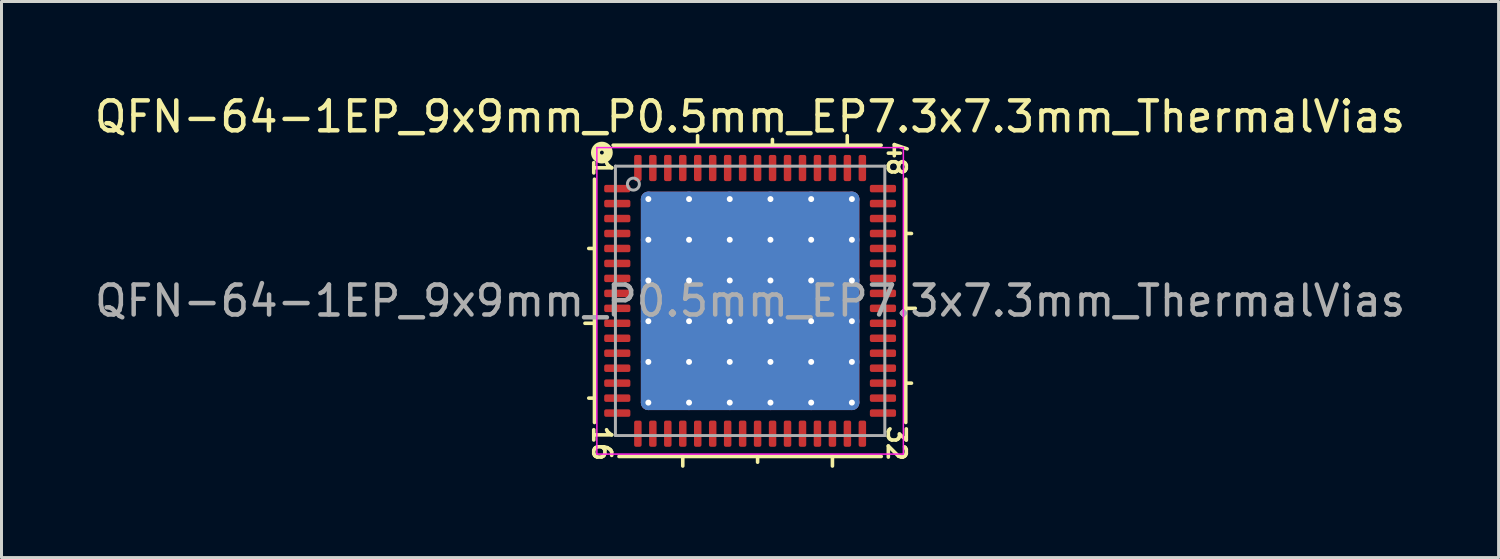
<source format=kicad_pcb>
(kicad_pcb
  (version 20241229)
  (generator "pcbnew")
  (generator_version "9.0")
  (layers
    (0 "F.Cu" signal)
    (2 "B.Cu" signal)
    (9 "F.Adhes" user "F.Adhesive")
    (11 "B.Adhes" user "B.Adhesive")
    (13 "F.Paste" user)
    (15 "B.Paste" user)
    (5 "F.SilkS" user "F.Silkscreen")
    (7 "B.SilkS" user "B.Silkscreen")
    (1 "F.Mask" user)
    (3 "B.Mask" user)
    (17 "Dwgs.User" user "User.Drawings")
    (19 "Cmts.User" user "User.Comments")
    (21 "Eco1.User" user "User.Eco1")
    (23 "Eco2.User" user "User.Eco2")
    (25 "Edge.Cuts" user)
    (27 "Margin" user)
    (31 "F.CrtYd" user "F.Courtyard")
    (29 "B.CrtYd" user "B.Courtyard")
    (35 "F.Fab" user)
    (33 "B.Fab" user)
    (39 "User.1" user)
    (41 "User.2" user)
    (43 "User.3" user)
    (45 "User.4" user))
  (footprint "QFN-64-1EP_9x9mm_P0.5mm_EP7.3x7.3mm_ThermalVias"
    (layer "F.Cu")
    (at 22.011 7.001)
    (property "Reference" "QFN-64-1EP_9x9mm_P0.5mm_EP7.3x7.3mm_ThermalVias" (at -0.005 -6.152 0) (layer "F.SilkS") (effects (font (size 1 1) (thickness 0.15))))
    (attr smd)
    (fp_line (start -5.2 -4.064) (end -5.2 4.064) (stroke (width 0.12) (type solid)) (layer "F.SilkS"))
    (fp_line (start -5.2 -1.75) (end -5.391 -1.75) (stroke (width 0.12) (type solid)) (layer "F.SilkS"))
    (fp_line (start -5.2 0.75) (end -5.518 0.75) (stroke (width 0.12) (type solid)) (layer "F.SilkS"))
    (fp_line (start -5.2 3.25) (end -5.391 3.25) (stroke (width 0.12) (type solid)) (layer "F.SilkS"))
    (fp_line (start -4.381 5.2) (end 4.381 5.2) (stroke (width 0.12) (type solid)) (layer "F.SilkS"))
    (fp_line (start -2.25 5.2) (end -2.25 5.518) (stroke (width 0.12) (type solid)) (layer "F.SilkS"))
    (fp_line (start -1.755 -5.2) (end -1.755 -5.518) (stroke (width 0.12) (type solid)) (layer "F.SilkS"))
    (fp_line (start 0.25 5.2) (end 0.25 5.391) (stroke (width 0.12) (type solid)) (layer "F.SilkS"))
    (fp_line (start 0.745 -5.2) (end 0.745 -5.391) (stroke (width 0.12) (type solid)) (layer "F.SilkS"))
    (fp_line (start 2.75 5.2) (end 2.75 5.518) (stroke (width 0.12) (type solid)) (layer "F.SilkS"))
    (fp_line (start 3.245 -5.2) (end 3.245 -5.518) (stroke (width 0.12) (type solid)) (layer "F.SilkS"))
    (fp_line (start 4.377 -5.2) (end -4.577 -5.2) (stroke (width 0.12) (type solid)) (layer "F.SilkS"))
    (fp_line (start 5.2 -2.25) (end 5.391 -2.25) (stroke (width 0.12) (type solid)) (layer "F.SilkS"))
    (fp_line (start 5.2 0.25) (end 5.518 0.25) (stroke (width 0.12) (type solid)) (layer "F.SilkS"))
    (fp_line (start 5.2 2.75) (end 5.391 2.75) (stroke (width 0.12) (type solid)) (layer "F.SilkS"))
    (fp_line (start 5.2 4.064) (end 5.2 -4.064) (stroke (width 0.12) (type solid)) (layer "F.SilkS"))
    (fp_circle (center -4.953 -4.953) (end -4.889 -4.953) (stroke (width 0.3) (type solid)) (fill no) (layer "F.SilkS"))
    (fp_line (start -5.12 -5.12) (end -5.12 5.12) (stroke (width 0.05) (type solid)) (layer "F.CrtYd"))
    (fp_line (start -5.12 5.12) (end 5.12 5.12) (stroke (width 0.05) (type solid)) (layer "F.CrtYd"))
    (fp_line (start 5.12 -5.12) (end -5.12 -5.12) (stroke (width 0.05) (type solid)) (layer "F.CrtYd"))
    (fp_line (start 5.12 5.12) (end 5.12 -5.12) (stroke (width 0.05) (type solid)) (layer "F.CrtYd"))
    (fp_line (start -4.5 -4.5) (end 4.5 -4.5) (stroke (width 0.1) (type solid)) (layer "F.Fab"))
    (fp_line (start -4.5 4.5) (end -4.5 -4.5) (stroke (width 0.1) (type solid)) (layer "F.Fab"))
    (fp_line (start 4.5 -4.5) (end 4.5 4.5) (stroke (width 0.1) (type solid)) (layer "F.Fab"))
    (fp_line (start 4.5 4.5) (end -4.5 4.5) (stroke (width 0.1) (type solid)) (layer "F.Fab"))
    (fp_circle (center -3.9 -3.9) (end -3.7 -3.9) (stroke (width 0.1) (type solid)) (fill no) (layer "F.Fab"))
    (fp_text user "48" (at 4.889 -4.763 270) (unlocked yes) (layer "F.SilkS") (effects (font (size 0.6 0.6) (thickness 0.12))))
    (fp_text user "16" (at -4.953 4.763 270) (unlocked yes) (layer "F.SilkS") (effects (font (size 0.6 0.6) (thickness 0.12))))
    (fp_text user "1" (at -4.953 -4.445 270) (unlocked yes) (layer "F.SilkS") (effects (font (size 0.6 0.6) (thickness 0.12))))
    (fp_text user "32" (at 4.889 4.763 270) (unlocked yes) (layer "F.SilkS") (effects (font (size 0.6 0.6) (thickness 0.12))))
    (fp_text user "${REFERENCE}" (at 0 0 0) (layer "F.Fab") (effects (font (size 1 1) (thickness 0.15))))
    (pad "" smd roundrect (at -2.72 -2.72) (size 1.177 1.177) (layers "F.Paste") (roundrect_rratio 0.212))
    (pad "" smd roundrect (at -2.72 -1.36) (size 1.177 1.177) (layers "F.Paste") (roundrect_rratio 0.212))
    (pad "" smd roundrect (at -2.72 0) (size 1.177 1.177) (layers "F.Paste") (roundrect_rratio 0.212))
    (pad "" smd roundrect (at -2.72 1.36) (size 1.177 1.177) (layers "F.Paste") (roundrect_rratio 0.212))
    (pad "" smd roundrect (at -2.72 2.72) (size 1.177 1.177) (layers "F.Paste") (roundrect_rratio 0.212))
    (pad "" smd roundrect (at -1.36 -2.72) (size 1.177 1.177) (layers "F.Paste") (roundrect_rratio 0.212))
    (pad "" smd roundrect (at -1.36 -1.36) (size 1.177 1.177) (layers "F.Paste") (roundrect_rratio 0.212))
    (pad "" smd roundrect (at -1.36 0) (size 1.177 1.177) (layers "F.Paste") (roundrect_rratio 0.212))
    (pad "" smd roundrect (at -1.36 1.36) (size 1.177 1.177) (layers "F.Paste") (roundrect_rratio 0.212))
    (pad "" smd roundrect (at -1.36 2.72) (size 1.177 1.177) (layers "F.Paste") (roundrect_rratio 0.212))
    (pad "" smd roundrect (at 0 -2.72) (size 1.177 1.177) (layers "F.Paste") (roundrect_rratio 0.212))
    (pad "" smd roundrect (at 0 -1.36) (size 1.177 1.177) (layers "F.Paste") (roundrect_rratio 0.212))
    (pad "" smd roundrect (at 0 0) (size 1.177 1.177) (layers "F.Paste") (roundrect_rratio 0.212))
    (pad "" smd roundrect (at 0 1.36) (size 1.177 1.177) (layers "F.Paste") (roundrect_rratio 0.212))
    (pad "" smd roundrect (at 0 2.72) (size 1.177 1.177) (layers "F.Paste") (roundrect_rratio 0.212))
    (pad "" smd roundrect (at 1.36 -2.72) (size 1.177 1.177) (layers "F.Paste") (roundrect_rratio 0.212))
    (pad "" smd roundrect (at 1.36 -1.36) (size 1.177 1.177) (layers "F.Paste") (roundrect_rratio 0.212))
    (pad "" smd roundrect (at 1.36 0) (size 1.177 1.177) (layers "F.Paste") (roundrect_rratio 0.212))
    (pad "" smd roundrect (at 1.36 1.36) (size 1.177 1.177) (layers "F.Paste") (roundrect_rratio 0.212))
    (pad "" smd roundrect (at 1.36 2.72) (size 1.177 1.177) (layers "F.Paste") (roundrect_rratio 0.212))
    (pad "" smd roundrect (at 2.72 -2.72) (size 1.177 1.177) (layers "F.Paste") (roundrect_rratio 0.212))
    (pad "" smd roundrect (at 2.72 -1.36) (size 1.177 1.177) (layers "F.Paste") (roundrect_rratio 0.212))
    (pad "" smd roundrect (at 2.72 0) (size 1.177 1.177) (layers "F.Paste") (roundrect_rratio 0.212))
    (pad "" smd roundrect (at 2.72 1.36) (size 1.177 1.177) (layers "F.Paste") (roundrect_rratio 0.212))
    (pad "" smd roundrect (at 2.72 2.72) (size 1.177 1.177) (layers "F.Paste") (roundrect_rratio 0.212))
    (pad "1" smd roundrect (at -4.438 -3.75) (size 0.875 0.25) (layers "F.Cu" "F.Mask" "F.Paste") (roundrect_rratio 0.25))
    (pad "2" smd roundrect (at -4.438 -3.25) (size 0.875 0.25) (layers "F.Cu" "F.Mask" "F.Paste") (roundrect_rratio 0.25))
    (pad "3" smd roundrect (at -4.438 -2.75) (size 0.875 0.25) (layers "F.Cu" "F.Mask" "F.Paste") (roundrect_rratio 0.25))
    (pad "4" smd roundrect (at -4.438 -2.25) (size 0.875 0.25) (layers "F.Cu" "F.Mask" "F.Paste") (roundrect_rratio 0.25))
    (pad "5" smd roundrect (at -4.438 -1.75) (size 0.875 0.25) (layers "F.Cu" "F.Mask" "F.Paste") (roundrect_rratio 0.25))
    (pad "6" smd roundrect (at -4.438 -1.25) (size 0.875 0.25) (layers "F.Cu" "F.Mask" "F.Paste") (roundrect_rratio 0.25))
    (pad "7" smd roundrect (at -4.438 -0.75) (size 0.875 0.25) (layers "F.Cu" "F.Mask" "F.Paste") (roundrect_rratio 0.25))
    (pad "8" smd roundrect (at -4.438 -0.25) (size 0.875 0.25) (layers "F.Cu" "F.Mask" "F.Paste") (roundrect_rratio 0.25))
    (pad "9" smd roundrect (at -4.438 0.25) (size 0.875 0.25) (layers "F.Cu" "F.Mask" "F.Paste") (roundrect_rratio 0.25))
    (pad "10" smd roundrect (at -4.438 0.75) (size 0.875 0.25) (layers "F.Cu" "F.Mask" "F.Paste") (roundrect_rratio 0.25))
    (pad "11" smd roundrect (at -4.438 1.25) (size 0.875 0.25) (layers "F.Cu" "F.Mask" "F.Paste") (roundrect_rratio 0.25))
    (pad "12" smd roundrect (at -4.438 1.75) (size 0.875 0.25) (layers "F.Cu" "F.Mask" "F.Paste") (roundrect_rratio 0.25))
    (pad "13" smd roundrect (at -4.438 2.25) (size 0.875 0.25) (layers "F.Cu" "F.Mask" "F.Paste") (roundrect_rratio 0.25))
    (pad "14" smd roundrect (at -4.438 2.75) (size 0.875 0.25) (layers "F.Cu" "F.Mask" "F.Paste") (roundrect_rratio 0.25))
    (pad "15" smd roundrect (at -4.438 3.25) (size 0.875 0.25) (layers "F.Cu" "F.Mask" "F.Paste") (roundrect_rratio 0.25))
    (pad "16" smd roundrect (at -4.438 3.75) (size 0.875 0.25) (layers "F.Cu" "F.Mask" "F.Paste") (roundrect_rratio 0.25))
    (pad "17" smd roundrect (at -3.75 4.438) (size 0.25 0.875) (layers "F.Cu" "F.Mask" "F.Paste") (roundrect_rratio 0.25))
    (pad "18" smd roundrect (at -3.25 4.438) (size 0.25 0.875) (layers "F.Cu" "F.Mask" "F.Paste") (roundrect_rratio 0.25))
    (pad "19" smd roundrect (at -2.75 4.438) (size 0.25 0.875) (layers "F.Cu" "F.Mask" "F.Paste") (roundrect_rratio 0.25))
    (pad "20" smd roundrect (at -2.25 4.438) (size 0.25 0.875) (layers "F.Cu" "F.Mask" "F.Paste") (roundrect_rratio 0.25))
    (pad "21" smd roundrect (at -1.75 4.438) (size 0.25 0.875) (layers "F.Cu" "F.Mask" "F.Paste") (roundrect_rratio 0.25))
    (pad "22" smd roundrect (at -1.25 4.438) (size 0.25 0.875) (layers "F.Cu" "F.Mask" "F.Paste") (roundrect_rratio 0.25))
    (pad "23" smd roundrect (at -0.75 4.438) (size 0.25 0.875) (layers "F.Cu" "F.Mask" "F.Paste") (roundrect_rratio 0.25))
    (pad "24" smd roundrect (at -0.25 4.438) (size 0.25 0.875) (layers "F.Cu" "F.Mask" "F.Paste") (roundrect_rratio 0.25))
    (pad "25" smd roundrect (at 0.25 4.438) (size 0.25 0.875) (layers "F.Cu" "F.Mask" "F.Paste") (roundrect_rratio 0.25))
    (pad "26" smd roundrect (at 0.75 4.438) (size 0.25 0.875) (layers "F.Cu" "F.Mask" "F.Paste") (roundrect_rratio 0.25))
    (pad "27" smd roundrect (at 1.25 4.438) (size 0.25 0.875) (layers "F.Cu" "F.Mask" "F.Paste") (roundrect_rratio 0.25))
    (pad "28" smd roundrect (at 1.75 4.438) (size 0.25 0.875) (layers "F.Cu" "F.Mask" "F.Paste") (roundrect_rratio 0.25))
    (pad "29" smd roundrect (at 2.25 4.438) (size 0.25 0.875) (layers "F.Cu" "F.Mask" "F.Paste") (roundrect_rratio 0.25))
    (pad "30" smd roundrect (at 2.75 4.438) (size 0.25 0.875) (layers "F.Cu" "F.Mask" "F.Paste") (roundrect_rratio 0.25))
    (pad "31" smd roundrect (at 3.25 4.438) (size 0.25 0.875) (layers "F.Cu" "F.Mask" "F.Paste") (roundrect_rratio 0.25))
    (pad "32" smd roundrect (at 3.75 4.438) (size 0.25 0.875) (layers "F.Cu" "F.Mask" "F.Paste") (roundrect_rratio 0.25))
    (pad "33" smd roundrect (at 4.438 3.75) (size 0.875 0.25) (layers "F.Cu" "F.Mask" "F.Paste") (roundrect_rratio 0.25))
    (pad "34" smd roundrect (at 4.438 3.25) (size 0.875 0.25) (layers "F.Cu" "F.Mask" "F.Paste") (roundrect_rratio 0.25))
    (pad "35" smd roundrect (at 4.438 2.75) (size 0.875 0.25) (layers "F.Cu" "F.Mask" "F.Paste") (roundrect_rratio 0.25))
    (pad "36" smd roundrect (at 4.438 2.25) (size 0.875 0.25) (layers "F.Cu" "F.Mask" "F.Paste") (roundrect_rratio 0.25))
    (pad "37" smd roundrect (at 4.438 1.75) (size 0.875 0.25) (layers "F.Cu" "F.Mask" "F.Paste") (roundrect_rratio 0.25))
    (pad "38" smd roundrect (at 4.438 1.25) (size 0.875 0.25) (layers "F.Cu" "F.Mask" "F.Paste") (roundrect_rratio 0.25))
    (pad "39" smd roundrect (at 4.438 0.75) (size 0.875 0.25) (layers "F.Cu" "F.Mask" "F.Paste") (roundrect_rratio 0.25))
    (pad "40" smd roundrect (at 4.438 0.25) (size 0.875 0.25) (layers "F.Cu" "F.Mask" "F.Paste") (roundrect_rratio 0.25))
    (pad "41" smd roundrect (at 4.438 -0.25) (size 0.875 0.25) (layers "F.Cu" "F.Mask" "F.Paste") (roundrect_rratio 0.25))
    (pad "42" smd roundrect (at 4.438 -0.75) (size 0.875 0.25) (layers "F.Cu" "F.Mask" "F.Paste") (roundrect_rratio 0.25))
    (pad "43" smd roundrect (at 4.438 -1.25) (size 0.875 0.25) (layers "F.Cu" "F.Mask" "F.Paste") (roundrect_rratio 0.25))
    (pad "44" smd roundrect (at 4.438 -1.75) (size 0.875 0.25) (layers "F.Cu" "F.Mask" "F.Paste") (roundrect_rratio 0.25))
    (pad "45" smd roundrect (at 4.438 -2.25) (size 0.875 0.25) (layers "F.Cu" "F.Mask" "F.Paste") (roundrect_rratio 0.25))
    (pad "46" smd roundrect (at 4.438 -2.75) (size 0.875 0.25) (layers "F.Cu" "F.Mask" "F.Paste") (roundrect_rratio 0.25))
    (pad "47" smd roundrect (at 4.438 -3.25) (size 0.875 0.25) (layers "F.Cu" "F.Mask" "F.Paste") (roundrect_rratio 0.25))
    (pad "48" smd roundrect (at 4.438 -3.75) (size 0.875 0.25) (layers "F.Cu" "F.Mask" "F.Paste") (roundrect_rratio 0.25))
    (pad "49" smd roundrect (at 3.75 -4.438) (size 0.25 0.875) (layers "F.Cu" "F.Mask" "F.Paste") (roundrect_rratio 0.25))
    (pad "50" smd roundrect (at 3.25 -4.438) (size 0.25 0.875) (layers "F.Cu" "F.Mask" "F.Paste") (roundrect_rratio 0.25))
    (pad "51" smd roundrect (at 2.75 -4.438) (size 0.25 0.875) (layers "F.Cu" "F.Mask" "F.Paste") (roundrect_rratio 0.25))
    (pad "52" smd roundrect (at 2.25 -4.438) (size 0.25 0.875) (layers "F.Cu" "F.Mask" "F.Paste") (roundrect_rratio 0.25))
    (pad "53" smd roundrect (at 1.75 -4.438) (size 0.25 0.875) (layers "F.Cu" "F.Mask" "F.Paste") (roundrect_rratio 0.25))
    (pad "54" smd roundrect (at 1.25 -4.438) (size 0.25 0.875) (layers "F.Cu" "F.Mask" "F.Paste") (roundrect_rratio 0.25))
    (pad "55" smd roundrect (at 0.75 -4.438) (size 0.25 0.875) (layers "F.Cu" "F.Mask" "F.Paste") (roundrect_rratio 0.25))
    (pad "56" smd roundrect (at 0.25 -4.438) (size 0.25 0.875) (layers "F.Cu" "F.Mask" "F.Paste") (roundrect_rratio 0.25))
    (pad "57" smd roundrect (at -0.25 -4.438) (size 0.25 0.875) (layers "F.Cu" "F.Mask" "F.Paste") (roundrect_rratio 0.25))
    (pad "58" smd roundrect (at -0.75 -4.438) (size 0.25 0.875) (layers "F.Cu" "F.Mask" "F.Paste") (roundrect_rratio 0.25))
    (pad "59" smd roundrect (at -1.25 -4.438) (size 0.25 0.875) (layers "F.Cu" "F.Mask" "F.Paste") (roundrect_rratio 0.25))
    (pad "60" smd roundrect (at -1.75 -4.438) (size 0.25 0.875) (layers "F.Cu" "F.Mask" "F.Paste") (roundrect_rratio 0.25))
    (pad "61" smd roundrect (at -2.25 -4.438) (size 0.25 0.875) (layers "F.Cu" "F.Mask" "F.Paste") (roundrect_rratio 0.25))
    (pad "62" smd roundrect (at -2.75 -4.438) (size 0.25 0.875) (layers "F.Cu" "F.Mask" "F.Paste") (roundrect_rratio 0.25))
    (pad "63" smd roundrect (at -3.25 -4.438) (size 0.25 0.875) (layers "F.Cu" "F.Mask" "F.Paste") (roundrect_rratio 0.25))
    (pad "64" smd roundrect (at -3.75 -4.438) (size 0.25 0.875) (layers "F.Cu" "F.Mask" "F.Paste") (roundrect_rratio 0.25))
    (pad "65" thru_hole circle (at -3.4 -3.4) (size 0.5 0.5) (drill 0.2) (property pad_prop_heatsink) (layers "*.Cu"))
    (pad "65" thru_hole circle (at -3.4 -2.04) (size 0.5 0.5) (drill 0.2) (property pad_prop_heatsink) (layers "*.Cu"))
    (pad "65" thru_hole circle (at -3.4 -0.68) (size 0.5 0.5) (drill 0.2) (property pad_prop_heatsink) (layers "*.Cu"))
    (pad "65" thru_hole circle (at -3.4 0.68) (size 0.5 0.5) (drill 0.2) (property pad_prop_heatsink) (layers "*.Cu"))
    (pad "65" thru_hole circle (at -3.4 2.04) (size 0.5 0.5) (drill 0.2) (property pad_prop_heatsink) (layers "*.Cu"))
    (pad "65" thru_hole circle (at -3.4 3.4) (size 0.5 0.5) (drill 0.2) (property pad_prop_heatsink) (layers "*.Cu"))
    (pad "65" thru_hole circle (at -2.04 -3.4) (size 0.5 0.5) (drill 0.2) (property pad_prop_heatsink) (layers "*.Cu"))
    (pad "65" thru_hole circle (at -2.04 -2.04) (size 0.5 0.5) (drill 0.2) (property pad_prop_heatsink) (layers "*.Cu"))
    (pad "65" thru_hole circle (at -2.04 -0.68) (size 0.5 0.5) (drill 0.2) (property pad_prop_heatsink) (layers "*.Cu"))
    (pad "65" thru_hole circle (at -2.04 0.68) (size 0.5 0.5) (drill 0.2) (property pad_prop_heatsink) (layers "*.Cu"))
    (pad "65" thru_hole circle (at -2.04 2.04) (size 0.5 0.5) (drill 0.2) (property pad_prop_heatsink) (layers "*.Cu"))
    (pad "65" thru_hole circle (at -2.04 3.4) (size 0.5 0.5) (drill 0.2) (property pad_prop_heatsink) (layers "*.Cu"))
    (pad "65" thru_hole circle (at -0.68 -3.4) (size 0.5 0.5) (drill 0.2) (property pad_prop_heatsink) (layers "*.Cu"))
    (pad "65" thru_hole circle (at -0.68 -2.04) (size 0.5 0.5) (drill 0.2) (property pad_prop_heatsink) (layers "*.Cu"))
    (pad "65" thru_hole circle (at -0.68 -0.68) (size 0.5 0.5) (drill 0.2) (property pad_prop_heatsink) (layers "*.Cu"))
    (pad "65" thru_hole circle (at -0.68 0.68) (size 0.5 0.5) (drill 0.2) (property pad_prop_heatsink) (layers "*.Cu"))
    (pad "65" thru_hole circle (at -0.68 2.04) (size 0.5 0.5) (drill 0.2) (property pad_prop_heatsink) (layers "*.Cu"))
    (pad "65" thru_hole circle (at -0.68 3.4) (size 0.5 0.5) (drill 0.2) (property pad_prop_heatsink) (layers "*.Cu"))
    (pad "65" smd roundrect (at 0 0) (size 7.3 7.3) (layers "F.Cu" "F.Mask") (roundrect_rratio 0.034))
    (pad "65" smd roundrect (at 0 0) (size 7.3 7.3) (layers "B.Cu" "B.Mask") (roundrect_rratio 0.034))
    (pad "65" thru_hole circle (at 0.68 -3.4) (size 0.5 0.5) (drill 0.2) (property pad_prop_heatsink) (layers "*.Cu"))
    (pad "65" thru_hole circle (at 0.68 -2.04) (size 0.5 0.5) (drill 0.2) (property pad_prop_heatsink) (layers "*.Cu"))
    (pad "65" thru_hole circle (at 0.68 -0.68) (size 0.5 0.5) (drill 0.2) (property pad_prop_heatsink) (layers "*.Cu"))
    (pad "65" thru_hole circle (at 0.68 0.68) (size 0.5 0.5) (drill 0.2) (property pad_prop_heatsink) (layers "*.Cu"))
    (pad "65" thru_hole circle (at 0.68 2.04) (size 0.5 0.5) (drill 0.2) (property pad_prop_heatsink) (layers "*.Cu"))
    (pad "65" thru_hole circle (at 0.68 3.4) (size 0.5 0.5) (drill 0.2) (property pad_prop_heatsink) (layers "*.Cu"))
    (pad "65" thru_hole circle (at 2.04 -3.4) (size 0.5 0.5) (drill 0.2) (property pad_prop_heatsink) (layers "*.Cu"))
    (pad "65" thru_hole circle (at 2.04 -2.04) (size 0.5 0.5) (drill 0.2) (property pad_prop_heatsink) (layers "*.Cu"))
    (pad "65" thru_hole circle (at 2.04 -0.68) (size 0.5 0.5) (drill 0.2) (property pad_prop_heatsink) (layers "*.Cu"))
    (pad "65" thru_hole circle (at 2.04 0.68) (size 0.5 0.5) (drill 0.2) (property pad_prop_heatsink) (layers "*.Cu"))
    (pad "65" thru_hole circle (at 2.04 2.04) (size 0.5 0.5) (drill 0.2) (property pad_prop_heatsink) (layers "*.Cu"))
    (pad "65" thru_hole circle (at 2.04 3.4) (size 0.5 0.5) (drill 0.2) (property pad_prop_heatsink) (layers "*.Cu"))
    (pad "65" thru_hole circle (at 3.4 -3.4) (size 0.5 0.5) (drill 0.2) (property pad_prop_heatsink) (layers "*.Cu"))
    (pad "65" thru_hole circle (at 3.4 -2.04) (size 0.5 0.5) (drill 0.2) (property pad_prop_heatsink) (layers "*.Cu"))
    (pad "65" thru_hole circle (at 3.4 -0.68) (size 0.5 0.5) (drill 0.2) (property pad_prop_heatsink) (layers "*.Cu"))
    (pad "65" thru_hole circle (at 3.4 0.68) (size 0.5 0.5) (drill 0.2) (property pad_prop_heatsink) (layers "*.Cu"))
    (pad "65" thru_hole circle (at 3.4 2.04) (size 0.5 0.5) (drill 0.2) (property pad_prop_heatsink) (layers "*.Cu"))
    (pad "65" thru_hole circle (at 3.4 3.4) (size 0.5 0.5) (drill 0.2) (property pad_prop_heatsink) (layers "*.Cu")))
  (gr_rect
    (start -3 -3)
    (end 47.017 15.578)
    (stroke (width 0.1) (type default))
    (fill no)
    (layer "Edge.Cuts")))
</source>
